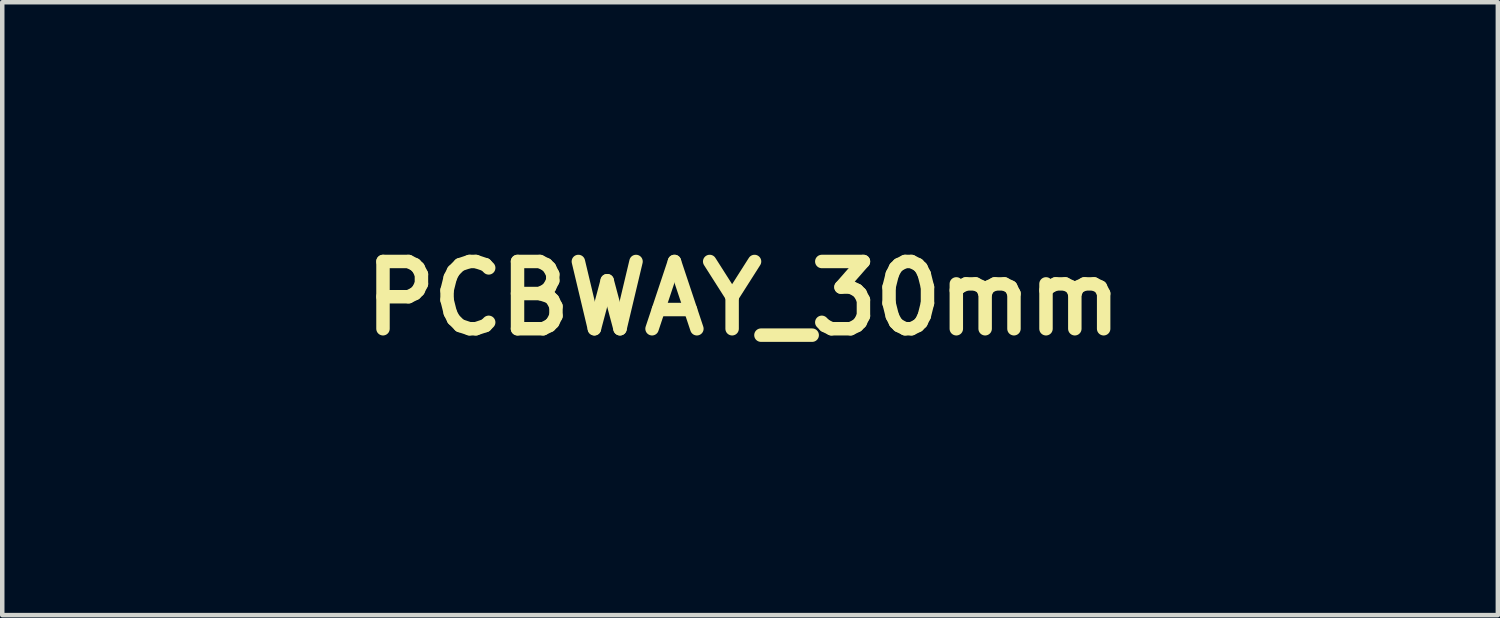
<source format=kicad_pcb>
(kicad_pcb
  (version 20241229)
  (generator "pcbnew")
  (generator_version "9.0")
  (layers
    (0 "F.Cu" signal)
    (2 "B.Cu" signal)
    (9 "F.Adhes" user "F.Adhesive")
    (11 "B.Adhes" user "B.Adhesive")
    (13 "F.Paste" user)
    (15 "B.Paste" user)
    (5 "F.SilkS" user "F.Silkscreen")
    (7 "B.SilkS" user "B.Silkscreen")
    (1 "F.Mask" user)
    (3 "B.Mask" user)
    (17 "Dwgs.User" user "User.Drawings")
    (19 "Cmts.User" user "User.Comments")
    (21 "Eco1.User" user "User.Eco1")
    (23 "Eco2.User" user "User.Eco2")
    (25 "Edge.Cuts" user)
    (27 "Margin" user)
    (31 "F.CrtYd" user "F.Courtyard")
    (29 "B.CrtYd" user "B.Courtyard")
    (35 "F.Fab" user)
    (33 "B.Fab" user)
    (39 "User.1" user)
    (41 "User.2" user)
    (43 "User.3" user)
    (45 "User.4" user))
  (footprint "PCBWAY_30mm"
    (layer "F.Cu")
    (at 13.527 3.603)
    (property "Reference" "PCBWAY_30mm" (at 0 0 0) (layer "F.SilkS") (effects (font (size 1.5 1.5) (thickness 0.3))))
    (attr board_only exclude_from_pos_files exclude_from_bom)
    (fp_poly (pts (xy -11.66 -3.49) (xy -11.242 -3.484) (xy -10.911 -3.477) (xy -10.655 -3.468) (xy -10.462 -3.457) (xy -10.319 -3.442) (xy -10.214 -3.423) (xy -10.133 -3.399) (xy -10.098 -3.385) (xy -9.814 -3.226) (xy -9.6 -3.025) (xy -9.429 -2.755) (xy -9.423 -2.743) (xy -9.343 -2.569) (xy -9.296 -2.421) (xy -9.274 -2.257) (xy -9.268 -2.037) (xy -9.268 -2.018) (xy -9.3 -1.614) (xy -9.397 -1.28) (xy -9.566 -1.006) (xy -9.813 -0.783) (xy -10.054 -0.642) (xy -10.182 -0.581) (xy -10.292 -0.537) (xy -10.406 -0.506) (xy -10.545 -0.485) (xy -10.728 -0.471) (xy -10.977 -0.46) (xy -11.182 -0.453) (xy -11.98 -0.425) (xy -11.99 0.475) (xy -11.999 1.375) (xy -12.476 1.39) (xy -12.686 1.394) (xy -12.857 1.389) (xy -12.965 1.378) (xy -12.989 1.37) (xy -12.997 1.314) (xy -13.003 1.168) (xy -13.009 0.942) (xy -13.015 0.645) (xy -13.019 0.287) (xy -13.023 -0.122) (xy -13.025 -0.571) (xy -13.026 -1.052) (xy -13.026 -1.088) (xy -13.026 -2.65) (xy -11.974 -2.65) (xy -11.974 -1.969) (xy -11.974 -1.287) (xy -11.41 -1.31) (xy -11.081 -1.33) (xy -10.84 -1.364) (xy -10.679 -1.412) (xy -10.669 -1.417) (xy -10.478 -1.555) (xy -10.361 -1.74) (xy -10.314 -1.948) (xy -10.338 -2.16) (xy -10.429 -2.354) (xy -10.586 -2.509) (xy -10.762 -2.591) (xy -10.898 -2.617) (xy -11.101 -2.637) (xy -11.337 -2.648) (xy -11.466 -2.65) (xy -11.974 -2.65) (xy -13.026 -2.65) (xy -13.026 -3.508)) (stroke (width 0) (type solid)) (fill yes) (layer "F.Mask"))
    (fp_poly (pts (xy -6.392 -3.437) (xy -6.107 -3.406) (xy -5.968 -3.377) (xy -5.504 -3.207) (xy -5.093 -2.96) (xy -4.896 -2.795) (xy -4.634 -2.549) (xy -4.935 -2.275) (xy -5.079 -2.147) (xy -5.198 -2.051) (xy -5.27 -2.003) (xy -5.279 -2) (xy -5.339 -2.031) (xy -5.443 -2.108) (xy -5.502 -2.157) (xy -5.652 -2.269) (xy -5.843 -2.385) (xy -5.959 -2.445) (xy -6.244 -2.538) (xy -6.567 -2.581) (xy -6.894 -2.573) (xy -7.189 -2.513) (xy -7.318 -2.462) (xy -7.555 -2.313) (xy -7.778 -2.115) (xy -7.963 -1.894) (xy -8.081 -1.679) (xy -8.089 -1.659) (xy -8.145 -1.401) (xy -8.163 -1.097) (xy -8.144 -0.793) (xy -8.088 -0.54) (xy -7.934 -0.233) (xy -7.711 0.017) (xy -7.432 0.206) (xy -7.114 0.332) (xy -6.77 0.391) (xy -6.416 0.379) (xy -6.066 0.294) (xy -5.736 0.132) (xy -5.587 0.024) (xy -5.446 -0.087) (xy -5.333 -0.167) (xy -5.273 -0.2) (xy -5.272 -0.2) (xy -5.22 -0.167) (xy -5.119 -0.079) (xy -4.988 0.047) (xy -4.959 0.076) (xy -4.823 0.218) (xy -4.748 0.324) (xy -4.738 0.415) (xy -4.797 0.509) (xy -4.929 0.627) (xy -5.098 0.758) (xy -5.373 0.947) (xy -5.638 1.08) (xy -5.92 1.166) (xy -6.25 1.214) (xy -6.563 1.231) (xy -6.948 1.231) (xy -7.238 1.207) (xy -7.38 1.178) (xy -7.824 1.003) (xy -8.215 0.752) (xy -8.545 0.436) (xy -8.803 0.064) (xy -8.978 -0.354) (xy -9.018 -0.505) (xy -9.064 -0.857) (xy -9.06 -1.249) (xy -9.012 -1.641) (xy -8.922 -1.991) (xy -8.891 -2.073) (xy -8.698 -2.421) (xy -8.425 -2.741) (xy -8.09 -3.019) (xy -7.713 -3.238) (xy -7.312 -3.384) (xy -7.264 -3.396) (xy -7.013 -3.432) (xy -6.708 -3.446)) (stroke (width 0) (type solid)) (fill yes) (layer "F.Mask"))
    (fp_poly (pts (xy 8.084 -2.451) (xy 8.497 -2.39) (xy 8.825 -2.297) (xy 9.081 -2.167) (xy 9.276 -1.994) (xy 9.423 -1.77) (xy 9.429 -1.758) (xy 9.462 -1.688) (xy 9.488 -1.618) (xy 9.508 -1.537) (xy 9.522 -1.431) (xy 9.532 -1.289) (xy 9.539 -1.097) (xy 9.542 -0.844) (xy 9.543 -0.517) (xy 9.544 -0.103) (xy 9.544 -0.075) (xy 9.544 1.375) (xy 8.955 1.389) (xy 8.366 1.403) (xy 8.366 1.227) (xy 8.359 1.11) (xy 8.342 1.052) (xy 8.338 1.05) (xy 8.284 1.078) (xy 8.184 1.146) (xy 8.148 1.173) (xy 7.917 1.32) (xy 7.676 1.407) (xy 7.39 1.446) (xy 7.228 1.449) (xy 6.987 1.441) (xy 6.807 1.41) (xy 6.65 1.352) (xy 6.619 1.337) (xy 6.368 1.157) (xy 6.181 0.916) (xy 6.062 0.634) (xy 6.013 0.33) (xy 6.026 0.158) (xy 7.225 0.158) (xy 7.233 0.31) (xy 7.309 0.471) (xy 7.452 0.579) (xy 7.644 0.631) (xy 7.864 0.623) (xy 8.094 0.551) (xy 8.198 0.496) (xy 8.283 0.439) (xy 8.334 0.382) (xy 8.358 0.299) (xy 8.366 0.161) (xy 8.366 0.015) (xy 8.366 -0.362) (xy 8.028 -0.327) (xy 7.691 -0.267) (xy 7.444 -0.167) (xy 7.289 -0.025) (xy 7.225 0.158) (xy 6.026 0.158) (xy 6.037 0.022) (xy 6.139 -0.271) (xy 6.303 -0.511) (xy 6.486 -0.673) (xy 6.719 -0.805) (xy 7.013 -0.911) (xy 7.38 -0.993) (xy 7.83 -1.057) (xy 8.003 -1.075) (xy 8.179 -1.098) (xy 8.308 -1.127) (xy 8.366 -1.156) (xy 8.366 -1.16) (xy 8.327 -1.282) (xy 8.229 -1.414) (xy 8.103 -1.519) (xy 8.034 -1.552) (xy 7.763 -1.604) (xy 7.438 -1.605) (xy 7.091 -1.558) (xy 6.8 -1.481) (xy 6.613 -1.42) (xy 6.462 -1.374) (xy 6.372 -1.351) (xy 6.361 -1.35) (xy 6.339 -1.397) (xy 6.322 -1.526) (xy 6.313 -1.72) (xy 6.312 -1.821) (xy 6.312 -2.293) (xy 6.575 -2.347) (xy 7.134 -2.439) (xy 7.638 -2.472)) (stroke (width 0) (type solid)) (fill yes) (layer "F.Mask"))
    (fp_poly (pts (xy -3.158 -3.552) (xy -2.726 -3.549) (xy -2.381 -3.542) (xy -2.112 -3.532) (xy -1.905 -3.518) (xy -1.75 -3.499) (xy -1.633 -3.474) (xy -1.621 -3.471) (xy -1.299 -3.336) (xy -1.057 -3.143) (xy -0.897 -2.891) (xy -0.816 -2.579) (xy -0.805 -2.42) (xy -0.837 -2.11) (xy -0.934 -1.83) (xy -1.087 -1.602) (xy -1.277 -1.45) (xy -1.377 -1.379) (xy -1.397 -1.325) (xy -1.331 -1.3) (xy -1.319 -1.3) (xy -1.234 -1.274) (xy -1.1 -1.208) (xy -0.987 -1.14) (xy -0.812 -1.009) (xy -0.689 -0.863) (xy -0.611 -0.682) (xy -0.568 -0.446) (xy -0.553 -0.135) (xy -0.552 -0.072) (xy -0.554 0.162) (xy -0.563 0.324) (xy -0.586 0.442) (xy -0.628 0.543) (xy -0.694 0.655) (xy -0.699 0.663) (xy -0.887 0.892) (xy -1.141 1.084) (xy -1.477 1.248) (xy -1.509 1.261) (xy -1.598 1.294) (xy -1.691 1.319) (xy -1.802 1.339) (xy -1.945 1.354) (xy -2.132 1.366) (xy -2.379 1.375) (xy -2.697 1.382) (xy -3.102 1.389) (xy -3.119 1.389) (xy -4.46 1.411) (xy -4.448 -0.75) (xy -3.206 -0.75) (xy -3.206 -0.144) (xy -3.206 0.462) (xy -2.718 0.441) (xy -2.396 0.416) (xy -2.169 0.373) (xy -2.068 0.334) (xy -1.909 0.217) (xy -1.822 0.059) (xy -1.795 -0.161) (xy -1.796 -0.191) (xy -1.827 -0.393) (xy -1.918 -0.544) (xy -2.076 -0.651) (xy -2.31 -0.717) (xy -2.628 -0.747) (xy -2.793 -0.75) (xy -3.206 -0.75) (xy -4.448 -0.75) (xy -4.447 -1.073) (xy -4.442 -1.918) (xy -3.201 -1.918) (xy -3.199 -1.776) (xy -3.186 -1.696) (xy -3.157 -1.658) (xy -3.11 -1.643) (xy -3.095 -1.641) (xy -2.952 -1.634) (xy -2.757 -1.64) (xy -2.559 -1.656) (xy -2.419 -1.678) (xy -2.263 -1.756) (xy -2.155 -1.899) (xy -2.102 -2.077) (xy -2.11 -2.264) (xy -2.187 -2.432) (xy -2.223 -2.473) (xy -2.384 -2.572) (xy -2.615 -2.632) (xy -2.894 -2.646) (xy -2.981 -2.641) (xy -3.181 -2.625) (xy -3.196 -2.141) (xy -3.201 -1.918) (xy -4.442 -1.918) (xy -4.434 -3.557)) (stroke (width 0) (type solid)) (fill yes) (layer "F.Mask"))
    (fp_poly (pts (xy 3.706 -2.939) (xy 3.779 -2.63) (xy 3.866 -2.266) (xy 3.954 -1.892) (xy 4.034 -1.552) (xy 4.041 -1.525) (xy 4.127 -1.161) (xy 4.193 -0.883) (xy 4.243 -0.68) (xy 4.278 -0.542) (xy 4.302 -0.458) (xy 4.318 -0.416) (xy 4.328 -0.406) (xy 4.331 -0.407) (xy 4.346 -0.459) (xy 4.378 -0.595) (xy 4.426 -0.804) (xy 4.486 -1.071) (xy 4.555 -1.385) (xy 4.629 -1.725) (xy 4.708 -2.088) (xy 4.784 -2.434) (xy 4.852 -2.746) (xy 4.909 -3.007) (xy 4.952 -3.2) (xy 4.974 -3.3) (xy 5.037 -3.575) (xy 5.633 -3.589) (xy 5.869 -3.591) (xy 6.069 -3.586) (xy 6.211 -3.575) (xy 6.273 -3.559) (xy 6.283 -3.491) (xy 6.265 -3.351) (xy 6.222 -3.162) (xy 6.218 -3.145) (xy 6.183 -3.013) (xy 6.127 -2.797) (xy 6.053 -2.511) (xy 5.965 -2.167) (xy 5.866 -1.78) (xy 5.76 -1.361) (xy 5.649 -0.926) (xy 5.636 -0.875) (xy 5.528 -0.447) (xy 5.425 -0.044) (xy 5.331 0.324) (xy 5.25 0.645) (xy 5.184 0.905) (xy 5.135 1.095) (xy 5.108 1.202) (xy 5.105 1.212) (xy 5.056 1.4) (xy 4.381 1.4) (xy 4.109 1.399) (xy 3.92 1.395) (xy 3.798 1.386) (xy 3.725 1.367) (xy 3.685 1.338) (xy 3.661 1.295) (xy 3.658 1.288) (xy 3.632 1.208) (xy 3.586 1.046) (xy 3.524 0.819) (xy 3.45 0.542) (xy 3.369 0.23) (xy 3.329 0.075) (xy 3.242 -0.261) (xy 3.159 -0.581) (xy 3.084 -0.866) (xy 3.022 -1.099) (xy 2.978 -1.261) (xy 2.967 -1.3) (xy 2.945 -1.383) (xy 2.928 -1.45) (xy 2.912 -1.493) (xy 2.894 -1.505) (xy 2.873 -1.477) (xy 2.844 -1.402) (xy 2.805 -1.271) (xy 2.753 -1.077) (xy 2.684 -0.811) (xy 2.597 -0.466) (xy 2.487 -0.033) (xy 2.466 0.05) (xy 2.129 1.375) (xy 1.439 1.389) (xy 1.146 1.392) (xy 0.941 1.389) (xy 0.811 1.377) (xy 0.744 1.357) (xy 0.729 1.339) (xy 0.71 1.271) (xy 0.672 1.124) (xy 0.618 0.914) (xy 0.554 0.66) (xy 0.501 0.45) (xy 0.435 0.185) (xy 0.349 -0.156) (xy 0.248 -0.551) (xy 0.139 -0.98) (xy 0.027 -1.421) (xy -0.084 -1.853) (xy -0.103 -1.929) (xy -0.2 -2.309) (xy -0.288 -2.659) (xy -0.365 -2.967) (xy -0.428 -3.221) (xy -0.473 -3.409) (xy -0.497 -3.519) (xy -0.501 -3.542) (xy -0.465 -3.568) (xy -0.353 -3.586) (xy -0.157 -3.596) (xy 0.132 -3.6) (xy 0.149 -3.6) (xy 0.415 -3.599) (xy 0.597 -3.595) (xy 0.712 -3.585) (xy 0.778 -3.566) (xy 0.81 -3.536) (xy 0.825 -3.491) (xy 0.826 -3.488) (xy 0.843 -3.411) (xy 0.876 -3.25) (xy 0.925 -3.018) (xy 0.985 -2.727) (xy 1.054 -2.391) (xy 1.13 -2.023) (xy 1.154 -1.903) (xy 1.23 -1.533) (xy 1.301 -1.196) (xy 1.362 -0.905) (xy 1.413 -0.67) (xy 1.45 -0.505) (xy 1.47 -0.421) (xy 1.473 -0.413) (xy 1.489 -0.456) (xy 1.525 -0.584) (xy 1.58 -0.787) (xy 1.65 -1.054) (xy 1.733 -1.373) (xy 1.824 -1.733) (xy 1.888 -1.986) (xy 2.285 -3.575) (xy 2.917 -3.589) (xy 3.548 -3.603)) (stroke (width 0) (type solid)) (fill yes) (layer "F.Mask"))
    (fp_poly (pts (xy 10.108 -2.362) (xy 10.387 -2.355) (xy 10.578 -2.341) (xy 10.69 -2.319) (xy 10.733 -2.29) (xy 10.758 -2.229) (xy 10.808 -2.09) (xy 10.878 -1.89) (xy 10.962 -1.647) (xy 11.055 -1.376) (xy 11.15 -1.094) (xy 11.243 -0.819) (xy 11.327 -0.567) (xy 11.398 -0.353) (xy 11.448 -0.197) (xy 11.473 -0.113) (xy 11.475 -0.104) (xy 11.49 -0.139) (xy 11.531 -0.258) (xy 11.595 -0.45) (xy 11.677 -0.704) (xy 11.775 -1.009) (xy 11.884 -1.354) (xy 12.002 -1.726) (xy 12.06 -1.913) (xy 12.197 -2.35) (xy 12.812 -2.35) (xy 13.047 -2.348) (xy 13.24 -2.343) (xy 13.373 -2.335) (xy 13.426 -2.325) (xy 13.426 -2.325) (xy 13.41 -2.27) (xy 13.364 -2.144) (xy 13.299 -1.969) (xy 13.258 -1.862) (xy 13.15 -1.58) (xy 13.026 -1.252) (xy 12.891 -0.891) (xy 12.747 -0.506) (xy 12.6 -0.11) (xy 12.454 0.287) (xy 12.312 0.674) (xy 12.178 1.039) (xy 12.058 1.371) (xy 11.953 1.66) (xy 11.87 1.895) (xy 11.812 2.063) (xy 11.782 2.155) (xy 11.779 2.168) (xy 11.833 2.178) (xy 11.97 2.197) (xy 12.177 2.224) (xy 12.438 2.256) (xy 12.738 2.292) (xy 12.813 2.301) (xy 13.118 2.338) (xy 13.387 2.375) (xy 13.604 2.409) (xy 13.755 2.437) (xy 13.824 2.457) (xy 13.827 2.461) (xy 13.809 2.5) (xy 13.748 2.526) (xy 13.632 2.54) (xy 13.452 2.541) (xy 13.195 2.53) (xy 12.852 2.509) (xy 12.78 2.504) (xy 12.485 2.483) (xy 12.217 2.464) (xy 11.996 2.448) (xy 11.84 2.437) (xy 11.775 2.433) (xy 11.682 2.448) (xy 11.626 2.526) (xy 11.605 2.587) (xy 11.558 2.75) (xy 10.914 2.75) (xy 10.673 2.748) (xy 10.474 2.743) (xy 10.333 2.735) (xy 10.272 2.725) (xy 10.27 2.723) (xy 10.288 2.664) (xy 10.332 2.551) (xy 10.346 2.516) (xy 10.391 2.398) (xy 10.409 2.327) (xy 10.407 2.32) (xy 10.349 2.306) (xy 10.202 2.287) (xy 9.98 2.264) (xy 9.694 2.237) (xy 9.357 2.208) (xy 8.981 2.178) (xy 8.578 2.149) (xy 8.216 2.124) (xy 6.87 2.057) (xy 5.44 2.027) (xy 3.937 2.035) (xy 2.368 2.08) (xy 0.745 2.161) (xy -0.925 2.278) (xy -2.632 2.431) (xy -4.365 2.62) (xy -4.634 2.652) (xy -5.556 2.767) (xy -6.438 2.884) (xy -7.303 3.006) (xy -8.175 3.138) (xy -9.078 3.283) (xy -10.034 3.444) (xy -10.921 3.599) (xy -11.469 3.697) (xy -11.965 3.786) (xy -12.4 3.866) (xy -12.767 3.934) (xy -13.056 3.989) (xy -13.259 4.03) (xy -13.317 4.042) (xy -13.466 4.065) (xy -13.525 4.046) (xy -13.527 4.038) (xy -13.518 3.965) (xy -13.496 3.825) (xy -13.468 3.667) (xy -13.428 3.485) (xy -13.385 3.38) (xy -13.33 3.331) (xy -13.305 3.323) (xy -13.128 3.287) (xy -12.864 3.237) (xy -12.528 3.178) (xy -12.132 3.11) (xy -11.689 3.037) (xy -11.212 2.959) (xy -10.715 2.88) (xy -10.21 2.801) (xy -9.711 2.724) (xy -9.231 2.652) (xy -8.782 2.586) (xy -8.379 2.529) (xy -8.166 2.501) (xy -6.185 2.256) (xy -4.273 2.058) (xy -2.41 1.906) (xy -0.576 1.798) (xy 1.247 1.733) (xy 3.079 1.71) (xy 4.075 1.715) (xy 4.865 1.725) (xy 5.572 1.737) (xy 6.213 1.753) (xy 6.804 1.773) (xy 7.362 1.798) (xy 7.905 1.828) (xy 8.449 1.865) (xy 9.011 1.909) (xy 9.609 1.962) (xy 9.719 1.972) (xy 9.988 1.994) (xy 10.22 2.009) (xy 10.398 2.016) (xy 10.505 2.015) (xy 10.526 2.009) (xy 10.558 1.949) (xy 10.614 1.821) (xy 10.682 1.651) (xy 10.693 1.624) (xy 10.828 1.272) (xy 10.452 0.274) (xy 10.314 -0.092) (xy 10.163 -0.491) (xy 10.012 -0.889) (xy 9.873 -1.255) (xy 9.772 -1.52) (xy 9.673 -1.783) (xy 9.591 -2.012) (xy 9.531 -2.192) (xy 9.497 -2.307) (xy 9.494 -2.342) (xy 9.551 -2.351) (xy 9.688 -2.358) (xy 9.884 -2.362)) (stroke (width 0) (type solid)) (fill yes) (layer "F.Mask")))
  (gr_rect
    (start -3 -3)
    (end 30.354 10.668)
    (stroke (width 0.1) (type default))
    (fill no)
    (layer "Edge.Cuts")))
</source>
